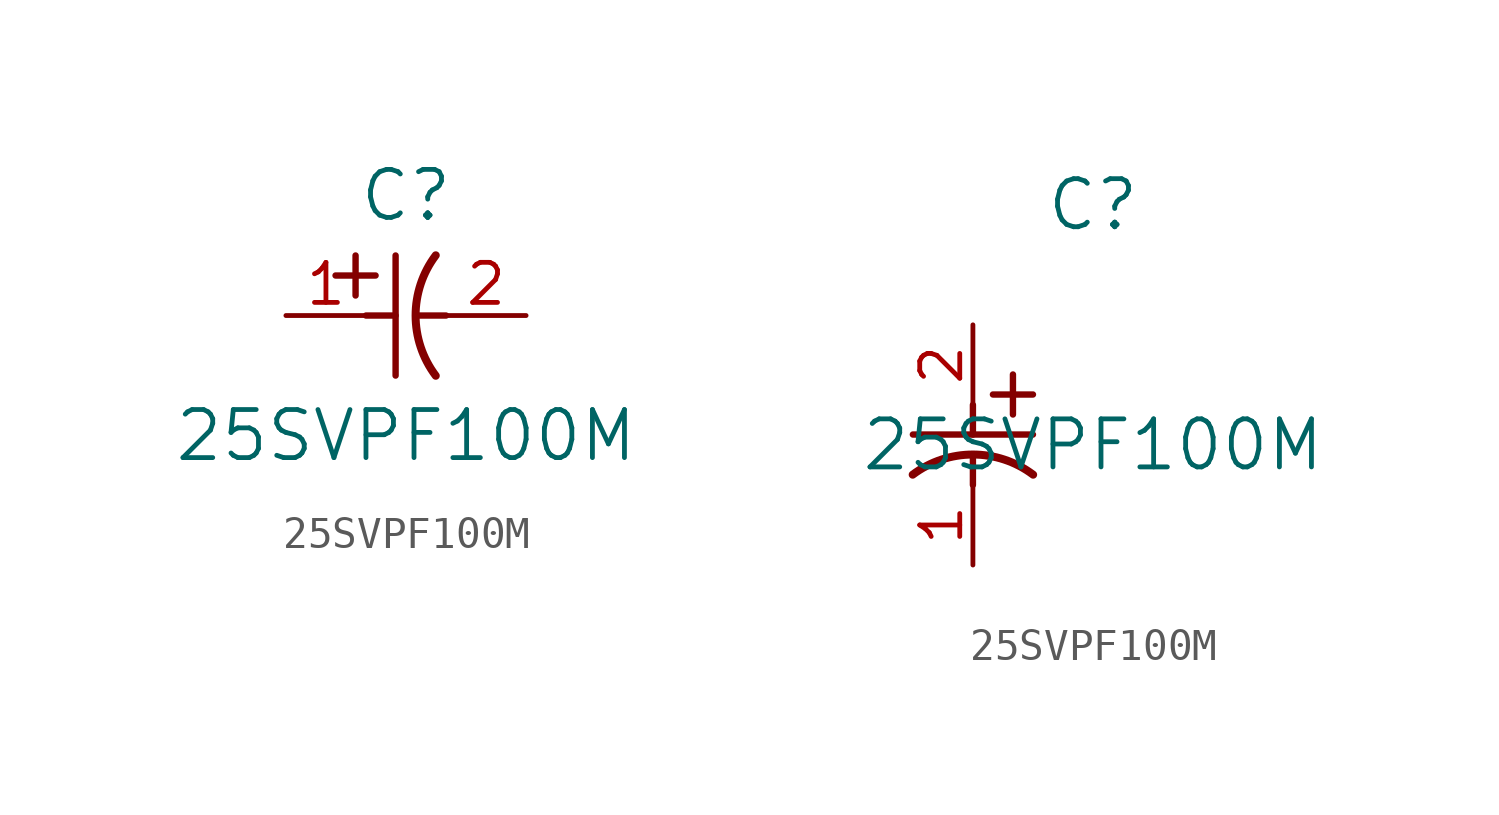
<source format=kicad_sym>
(kicad_symbol_lib
  (version 20211014)
  (generator kicad_symbol_editor)
  (symbol "25SVPF100M"
    (pin_names
      (offset 0.254))
    (property "Reference" "C"
      (at 3.81 3.81 0)
      (effects (font (size 1.524 1.524))))
    (property "Value" "25SVPF100M"
      (at 3.81 -3.81 0)
      (effects (font (size 1.524 1.524))))
    (symbol "25SVPF100M_1_1"
      (polyline (pts (xy 2.21 0.635) (xy 2.21 1.905)) (stroke (width 0.203) (type default) (color 0 0 0 0)) (fill (type none)))
      (arc (start 4.754132 1.910763) (mid 4.1148 0) (end 4.754132 -1.910763) (stroke (width 0.254) (type default) (color 0 0 0 0)) (fill (type none)))
      (polyline (pts (xy 4.115 0) (xy 5.08 0)) (stroke (width 0.203) (type default) (color 0 0 0 0)) (fill (type none)))
      (polyline (pts (xy 3.48 -1.905) (xy 3.48 1.905)) (stroke (width 0.203) (type default) (color 0 0 0 0)) (fill (type none)))
      (polyline (pts (xy 1.575 1.27) (xy 2.845 1.27)) (stroke (width 0.203) (type default) (color 0 0 0 0)) (fill (type none)))
      (polyline (pts (xy 2.54 0) (xy 3.48 0)) (stroke (width 0.203) (type default) (color 0 0 0 0)) (fill (type none)))
      (pin unspecified line (at 0 0 0) (length 2.54) (name "" (effects (font (size 1.27 1.27)))) (number "1" (effects (font (size 1.27 1.27)))))
      (pin unspecified line (at 7.62 0 180) (length 2.54) (name "" (effects (font (size 1.27 1.27)))) (number "2" (effects (font (size 1.27 1.27))))))
    (symbol "25SVPF100M_1_2"
      (polyline (pts (xy 0 -2.54) (xy 0 -3.48)) (stroke (width 0.203) (type default) (color 0 0 0 0)) (fill (type none)))
      (arc (start 1.910763 -4.754132) (mid 0 -4.1148) (end -1.910763 -4.754132) (stroke (width 0.254) (type default) (color 0 0 0 0)) (fill (type none)))
      (polyline (pts (xy -1.905 -3.48) (xy 1.905 -3.48)) (stroke (width 0.203) (type default) (color 0 0 0 0)) (fill (type none)))
      (polyline (pts (xy 0.635 -2.21) (xy 1.905 -2.21)) (stroke (width 0.203) (type default) (color 0 0 0 0)) (fill (type none)))
      (polyline (pts (xy 1.27 -1.575) (xy 1.27 -2.845)) (stroke (width 0.203) (type default) (color 0 0 0 0)) (fill (type none)))
      (polyline (pts (xy 0 -4.115) (xy 0 -5.08)) (stroke (width 0.203) (type default) (color 0 0 0 0)) (fill (type none)))
      (pin unspecified line (at 0 -7.62 90) (length 2.54) (name "" (effects (font (size 1.27 1.27)))) (number "1" (effects (font (size 1.27 1.27)))))
      (pin unspecified line (at 0 0 270) (length 2.54) (name "" (effects (font (size 1.27 1.27)))) (number "2" (effects (font (size 1.27 1.27))))))))
</source>
